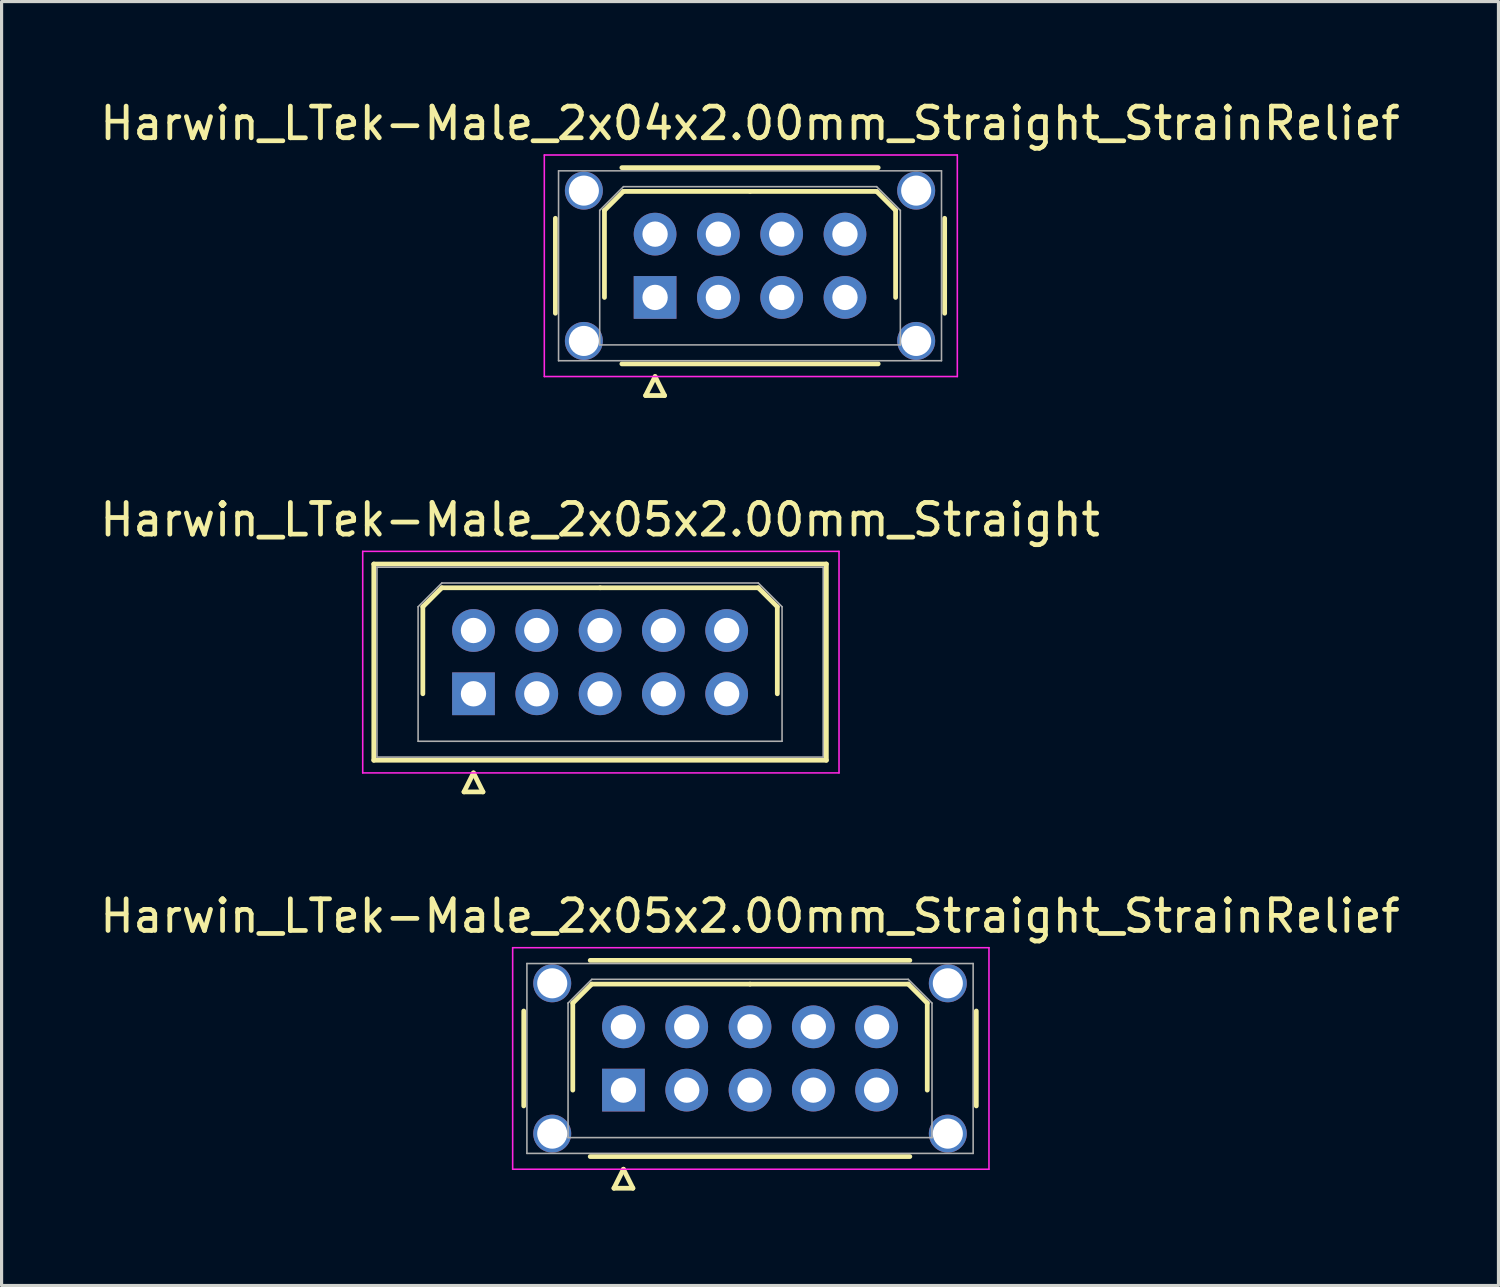
<source format=kicad_pcb>
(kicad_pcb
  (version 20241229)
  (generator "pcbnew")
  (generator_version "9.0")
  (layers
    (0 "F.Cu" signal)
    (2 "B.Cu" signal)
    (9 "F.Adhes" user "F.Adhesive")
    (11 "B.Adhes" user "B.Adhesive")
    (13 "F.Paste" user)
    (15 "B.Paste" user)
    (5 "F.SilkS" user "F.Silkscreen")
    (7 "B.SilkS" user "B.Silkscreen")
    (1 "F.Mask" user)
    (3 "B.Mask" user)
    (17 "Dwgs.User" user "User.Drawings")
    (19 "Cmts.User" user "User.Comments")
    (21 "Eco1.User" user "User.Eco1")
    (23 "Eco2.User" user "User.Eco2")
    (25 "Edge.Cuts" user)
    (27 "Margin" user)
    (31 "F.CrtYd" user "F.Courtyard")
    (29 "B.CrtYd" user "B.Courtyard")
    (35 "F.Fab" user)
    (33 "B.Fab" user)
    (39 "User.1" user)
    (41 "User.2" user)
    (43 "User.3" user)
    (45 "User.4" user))
  (footprint "Harwin_LTek-Male_2x05x2.00mm_Straight_StrainRelief"
    (layer "F.Cu")
    (at 16.649 31.395)
    (property "Reference" "Harwin_LTek-Male_2x05x2.00mm_Straight_StrainRelief" (at 4 -5.5 0) (layer "F.SilkS") (effects (font (size 1 1) (thickness 0.15))))
    (attr through_hole)
    (fp_line (start -3.15 -2.5) (end -3.15 0.5) (stroke (width 0.15) (type solid)) (layer "F.SilkS"))
    (fp_line (start -1.6 -2.75) (end -1 -3.35) (stroke (width 0.15) (type solid)) (layer "F.SilkS"))
    (fp_line (start -1.6 0) (end -1.6 -2.75) (stroke (width 0.15) (type solid)) (layer "F.SilkS"))
    (fp_line (start -1.05 -4.1) (end 9.05 -4.1) (stroke (width 0.15) (type solid)) (layer "F.SilkS"))
    (fp_line (start -1.05 2.1) (end 9.05 2.1) (stroke (width 0.15) (type solid)) (layer "F.SilkS"))
    (fp_line (start -1 -3.35) (end 4 -3.35) (stroke (width 0.15) (type solid)) (layer "F.SilkS"))
    (fp_line (start -0.3 3.1) (end 0.3 3.1) (stroke (width 0.15) (type solid)) (layer "F.SilkS"))
    (fp_line (start 0 2.5) (end -0.3 3.1) (stroke (width 0.15) (type solid)) (layer "F.SilkS"))
    (fp_line (start 0.3 3.1) (end 0 2.5) (stroke (width 0.15) (type solid)) (layer "F.SilkS"))
    (fp_line (start 9 -3.35) (end 4 -3.35) (stroke (width 0.15) (type solid)) (layer "F.SilkS"))
    (fp_line (start 9.6 -2.75) (end 9 -3.35) (stroke (width 0.15) (type solid)) (layer "F.SilkS"))
    (fp_line (start 9.6 0) (end 9.6 -2.75) (stroke (width 0.15) (type solid)) (layer "F.SilkS"))
    (fp_line (start 11.15 -2.5) (end 11.15 0.5) (stroke (width 0.15) (type solid)) (layer "F.SilkS"))
    (fp_line (start -3.5 -4.5) (end -3.5 2.5) (stroke (width 0.05) (type solid)) (layer "F.CrtYd"))
    (fp_line (start -3.5 2.5) (end 11.55 2.5) (stroke (width 0.05) (type solid)) (layer "F.CrtYd"))
    (fp_line (start 11.55 -4.5) (end -3.5 -4.5) (stroke (width 0.05) (type solid)) (layer "F.CrtYd"))
    (fp_line (start 11.55 2.5) (end 11.55 -4.5) (stroke (width 0.05) (type solid)) (layer "F.CrtYd"))
    (fp_line (start -3.05 -4) (end -3.05 2) (stroke (width 0.05) (type solid)) (layer "F.Fab"))
    (fp_line (start -3.05 2) (end 11.05 2) (stroke (width 0.05) (type solid)) (layer "F.Fab"))
    (fp_line (start -1.75 -2.75) (end -1 -3.5) (stroke (width 0.05) (type solid)) (layer "F.Fab"))
    (fp_line (start -1.75 1.5) (end -1.75 -2.75) (stroke (width 0.05) (type solid)) (layer "F.Fab"))
    (fp_line (start -1 -3.5) (end 9 -3.5) (stroke (width 0.05) (type solid)) (layer "F.Fab"))
    (fp_line (start 9 -3.5) (end 9.75 -2.75) (stroke (width 0.05) (type solid)) (layer "F.Fab"))
    (fp_line (start 9.75 -2.75) (end 9.75 1.5) (stroke (width 0.05) (type solid)) (layer "F.Fab"))
    (fp_line (start 9.75 1.5) (end -1.75 1.5) (stroke (width 0.05) (type solid)) (layer "F.Fab"))
    (fp_line (start 11.05 -4) (end -3.05 -4) (stroke (width 0.05) (type solid)) (layer "F.Fab"))
    (fp_line (start 11.05 2) (end 11.05 -4) (stroke (width 0.05) (type solid)) (layer "F.Fab"))
    (pad "" thru_hole circle (at -2.25 -3.375) (size 1.2 1.2) (drill 0.95) (layers "*.Cu" "*.Mask"))
    (pad "" thru_hole circle (at -2.25 1.375) (size 1.2 1.2) (drill 0.95) (layers "*.Cu" "*.Mask"))
    (pad "" thru_hole circle (at 10.25 -3.375) (size 1.2 1.2) (drill 0.95) (layers "*.Cu" "*.Mask"))
    (pad "" thru_hole circle (at 10.25 1.375) (size 1.2 1.2) (drill 0.95) (layers "*.Cu" "*.Mask"))
    (pad "1" thru_hole rect (at 0 0) (size 1.35 1.35) (drill 0.8) (layers "*.Cu" "*.Mask"))
    (pad "2" thru_hole circle (at 0 -2) (size 1.35 1.35) (drill 0.8) (layers "*.Cu" "*.Mask"))
    (pad "3" thru_hole circle (at 2 0) (size 1.35 1.35) (drill 0.8) (layers "*.Cu" "*.Mask"))
    (pad "4" thru_hole circle (at 2 -2) (size 1.35 1.35) (drill 0.8) (layers "*.Cu" "*.Mask"))
    (pad "5" thru_hole circle (at 4 0) (size 1.35 1.35) (drill 0.8) (layers "*.Cu" "*.Mask"))
    (pad "6" thru_hole circle (at 4 -2) (size 1.35 1.35) (drill 0.8) (layers "*.Cu" "*.Mask"))
    (pad "7" thru_hole circle (at 6 0) (size 1.35 1.35) (drill 0.8) (layers "*.Cu" "*.Mask"))
    (pad "8" thru_hole circle (at 6 -2) (size 1.35 1.35) (drill 0.8) (layers "*.Cu" "*.Mask"))
    (pad "9" thru_hole circle (at 8 0) (size 1.35 1.35) (drill 0.8) (layers "*.Cu" "*.Mask"))
    (pad "10" thru_hole circle (at 8 -2) (size 1.35 1.35) (drill 0.8) (layers "*.Cu" "*.Mask")))
  (footprint "Harwin_LTek-Male_2x04x2.00mm_Straight_StrainRelief"
    (layer "F.Cu")
    (at 17.649 6.348)
    (property "Reference" "Harwin_LTek-Male_2x04x2.00mm_Straight_StrainRelief" (at 3 -5.5 0) (layer "F.SilkS") (effects (font (size 1 1) (thickness 0.15))))
    (attr through_hole)
    (fp_line (start -3.15 -2.5) (end -3.15 0.5) (stroke (width 0.15) (type solid)) (layer "F.SilkS"))
    (fp_line (start -1.6 -2.75) (end -1 -3.35) (stroke (width 0.15) (type solid)) (layer "F.SilkS"))
    (fp_line (start -1.6 0) (end -1.6 -2.75) (stroke (width 0.15) (type solid)) (layer "F.SilkS"))
    (fp_line (start -1.05 -4.1) (end 7.05 -4.1) (stroke (width 0.15) (type solid)) (layer "F.SilkS"))
    (fp_line (start -1.05 2.1) (end 7.05 2.1) (stroke (width 0.15) (type solid)) (layer "F.SilkS"))
    (fp_line (start -1 -3.35) (end 3 -3.35) (stroke (width 0.15) (type solid)) (layer "F.SilkS"))
    (fp_line (start -0.3 3.1) (end 0.3 3.1) (stroke (width 0.15) (type solid)) (layer "F.SilkS"))
    (fp_line (start 0 2.5) (end -0.3 3.1) (stroke (width 0.15) (type solid)) (layer "F.SilkS"))
    (fp_line (start 0.3 3.1) (end 0 2.5) (stroke (width 0.15) (type solid)) (layer "F.SilkS"))
    (fp_line (start 7 -3.35) (end 3 -3.35) (stroke (width 0.15) (type solid)) (layer "F.SilkS"))
    (fp_line (start 7.6 -2.75) (end 7 -3.35) (stroke (width 0.15) (type solid)) (layer "F.SilkS"))
    (fp_line (start 7.6 0) (end 7.6 -2.75) (stroke (width 0.15) (type solid)) (layer "F.SilkS"))
    (fp_line (start 9.15 -2.5) (end 9.15 0.5) (stroke (width 0.15) (type solid)) (layer "F.SilkS"))
    (fp_line (start -3.5 -4.5) (end -3.5 2.5) (stroke (width 0.05) (type solid)) (layer "F.CrtYd"))
    (fp_line (start -3.5 2.5) (end 9.55 2.5) (stroke (width 0.05) (type solid)) (layer "F.CrtYd"))
    (fp_line (start 9.55 -4.5) (end -3.5 -4.5) (stroke (width 0.05) (type solid)) (layer "F.CrtYd"))
    (fp_line (start 9.55 2.5) (end 9.55 -4.5) (stroke (width 0.05) (type solid)) (layer "F.CrtYd"))
    (fp_line (start -3.05 -4) (end -3.05 2) (stroke (width 0.05) (type solid)) (layer "F.Fab"))
    (fp_line (start -3.05 2) (end 9.05 2) (stroke (width 0.05) (type solid)) (layer "F.Fab"))
    (fp_line (start -1.75 -2.75) (end -1 -3.5) (stroke (width 0.05) (type solid)) (layer "F.Fab"))
    (fp_line (start -1.75 1.5) (end -1.75 -2.75) (stroke (width 0.05) (type solid)) (layer "F.Fab"))
    (fp_line (start -1 -3.5) (end 7 -3.5) (stroke (width 0.05) (type solid)) (layer "F.Fab"))
    (fp_line (start 7 -3.5) (end 7.75 -2.75) (stroke (width 0.05) (type solid)) (layer "F.Fab"))
    (fp_line (start 7.75 -2.75) (end 7.75 1.5) (stroke (width 0.05) (type solid)) (layer "F.Fab"))
    (fp_line (start 7.75 1.5) (end -1.75 1.5) (stroke (width 0.05) (type solid)) (layer "F.Fab"))
    (fp_line (start 9.05 -4) (end -3.05 -4) (stroke (width 0.05) (type solid)) (layer "F.Fab"))
    (fp_line (start 9.05 2) (end 9.05 -4) (stroke (width 0.05) (type solid)) (layer "F.Fab"))
    (pad "" thru_hole circle (at -2.25 -3.375) (size 1.2 1.2) (drill 0.95) (layers "*.Cu" "*.Mask"))
    (pad "" thru_hole circle (at -2.25 1.375) (size 1.2 1.2) (drill 0.95) (layers "*.Cu" "*.Mask"))
    (pad "" thru_hole circle (at 8.25 -3.375) (size 1.2 1.2) (drill 0.95) (layers "*.Cu" "*.Mask"))
    (pad "" thru_hole circle (at 8.25 1.375) (size 1.2 1.2) (drill 0.95) (layers "*.Cu" "*.Mask"))
    (pad "1" thru_hole rect (at 0 0) (size 1.35 1.35) (drill 0.8) (layers "*.Cu" "*.Mask"))
    (pad "2" thru_hole circle (at 0 -2) (size 1.35 1.35) (drill 0.8) (layers "*.Cu" "*.Mask"))
    (pad "3" thru_hole circle (at 2 0) (size 1.35 1.35) (drill 0.8) (layers "*.Cu" "*.Mask"))
    (pad "4" thru_hole circle (at 2 -2) (size 1.35 1.35) (drill 0.8) (layers "*.Cu" "*.Mask"))
    (pad "5" thru_hole circle (at 4 0) (size 1.35 1.35) (drill 0.8) (layers "*.Cu" "*.Mask"))
    (pad "6" thru_hole circle (at 4 -2) (size 1.35 1.35) (drill 0.8) (layers "*.Cu" "*.Mask"))
    (pad "7" thru_hole circle (at 6 0) (size 1.35 1.35) (drill 0.8) (layers "*.Cu" "*.Mask"))
    (pad "8" thru_hole circle (at 6 -2) (size 1.35 1.35) (drill 0.8) (layers "*.Cu" "*.Mask")))
  (footprint "Harwin_LTek-Male_2x05x2.00mm_Straight"
    (layer "F.Cu")
    (at 11.911 18.872)
    (property "Reference" "Harwin_LTek-Male_2x05x2.00mm_Straight" (at 4 -5.5 0) (layer "F.SilkS") (effects (font (size 1 1) (thickness 0.15))))
    (attr through_hole)
    (fp_line (start -3.15 -4.1) (end -3.15 2.1) (stroke (width 0.15) (type solid)) (layer "F.SilkS"))
    (fp_line (start -3.15 2.1) (end 11.15 2.1) (stroke (width 0.15) (type solid)) (layer "F.SilkS"))
    (fp_line (start -1.6 -2.75) (end -1 -3.35) (stroke (width 0.15) (type solid)) (layer "F.SilkS"))
    (fp_line (start -1.6 0) (end -1.6 -2.75) (stroke (width 0.15) (type solid)) (layer "F.SilkS"))
    (fp_line (start -1 -3.35) (end 4 -3.35) (stroke (width 0.15) (type solid)) (layer "F.SilkS"))
    (fp_line (start -0.3 3.1) (end 0.3 3.1) (stroke (width 0.15) (type solid)) (layer "F.SilkS"))
    (fp_line (start 0 2.5) (end -0.3 3.1) (stroke (width 0.15) (type solid)) (layer "F.SilkS"))
    (fp_line (start 0.3 3.1) (end 0 2.5) (stroke (width 0.15) (type solid)) (layer "F.SilkS"))
    (fp_line (start 9 -3.35) (end 4 -3.35) (stroke (width 0.15) (type solid)) (layer "F.SilkS"))
    (fp_line (start 9.6 -2.75) (end 9 -3.35) (stroke (width 0.15) (type solid)) (layer "F.SilkS"))
    (fp_line (start 9.6 0) (end 9.6 -2.75) (stroke (width 0.15) (type solid)) (layer "F.SilkS"))
    (fp_line (start 11.15 -4.1) (end -3.15 -4.1) (stroke (width 0.15) (type solid)) (layer "F.SilkS"))
    (fp_line (start 11.15 2.1) (end 11.15 -4.1) (stroke (width 0.15) (type solid)) (layer "F.SilkS"))
    (fp_line (start -3.5 -4.5) (end -3.5 2.5) (stroke (width 0.05) (type solid)) (layer "F.CrtYd"))
    (fp_line (start -3.5 2.5) (end 11.55 2.5) (stroke (width 0.05) (type solid)) (layer "F.CrtYd"))
    (fp_line (start 11.55 -4.5) (end -3.5 -4.5) (stroke (width 0.05) (type solid)) (layer "F.CrtYd"))
    (fp_line (start 11.55 2.5) (end 11.55 -4.5) (stroke (width 0.05) (type solid)) (layer "F.CrtYd"))
    (fp_line (start -3.05 -4) (end -3.05 2) (stroke (width 0.05) (type solid)) (layer "F.Fab"))
    (fp_line (start -3.05 2) (end 11.05 2) (stroke (width 0.05) (type solid)) (layer "F.Fab"))
    (fp_line (start -1.75 -2.75) (end -1 -3.5) (stroke (width 0.05) (type solid)) (layer "F.Fab"))
    (fp_line (start -1.75 1.5) (end -1.75 -2.75) (stroke (width 0.05) (type solid)) (layer "F.Fab"))
    (fp_line (start -1 -3.5) (end 9 -3.5) (stroke (width 0.05) (type solid)) (layer "F.Fab"))
    (fp_line (start 9 -3.5) (end 9.75 -2.75) (stroke (width 0.05) (type solid)) (layer "F.Fab"))
    (fp_line (start 9.75 -2.75) (end 9.75 1.5) (stroke (width 0.05) (type solid)) (layer "F.Fab"))
    (fp_line (start 9.75 1.5) (end -1.75 1.5) (stroke (width 0.05) (type solid)) (layer "F.Fab"))
    (fp_line (start 11.05 -4) (end -3.05 -4) (stroke (width 0.05) (type solid)) (layer "F.Fab"))
    (fp_line (start 11.05 2) (end 11.05 -4) (stroke (width 0.05) (type solid)) (layer "F.Fab"))
    (pad "1" thru_hole rect (at 0 0) (size 1.35 1.35) (drill 0.8) (layers "*.Cu" "*.Mask"))
    (pad "2" thru_hole circle (at 0 -2) (size 1.35 1.35) (drill 0.8) (layers "*.Cu" "*.Mask"))
    (pad "3" thru_hole circle (at 2 0) (size 1.35 1.35) (drill 0.8) (layers "*.Cu" "*.Mask"))
    (pad "4" thru_hole circle (at 2 -2) (size 1.35 1.35) (drill 0.8) (layers "*.Cu" "*.Mask"))
    (pad "5" thru_hole circle (at 4 0) (size 1.35 1.35) (drill 0.8) (layers "*.Cu" "*.Mask"))
    (pad "6" thru_hole circle (at 4 -2) (size 1.35 1.35) (drill 0.8) (layers "*.Cu" "*.Mask"))
    (pad "7" thru_hole circle (at 6 0) (size 1.35 1.35) (drill 0.8) (layers "*.Cu" "*.Mask"))
    (pad "8" thru_hole circle (at 6 -2) (size 1.35 1.35) (drill 0.8) (layers "*.Cu" "*.Mask"))
    (pad "9" thru_hole circle (at 8 0) (size 1.35 1.35) (drill 0.8) (layers "*.Cu" "*.Mask"))
    (pad "10" thru_hole circle (at 8 -2) (size 1.35 1.35) (drill 0.8) (layers "*.Cu" "*.Mask")))
  (gr_rect
    (start -3 -3)
    (end 44.298 37.57)
    (stroke (width 0.1) (type default))
    (fill no)
    (layer "Edge.Cuts")))
</source>
